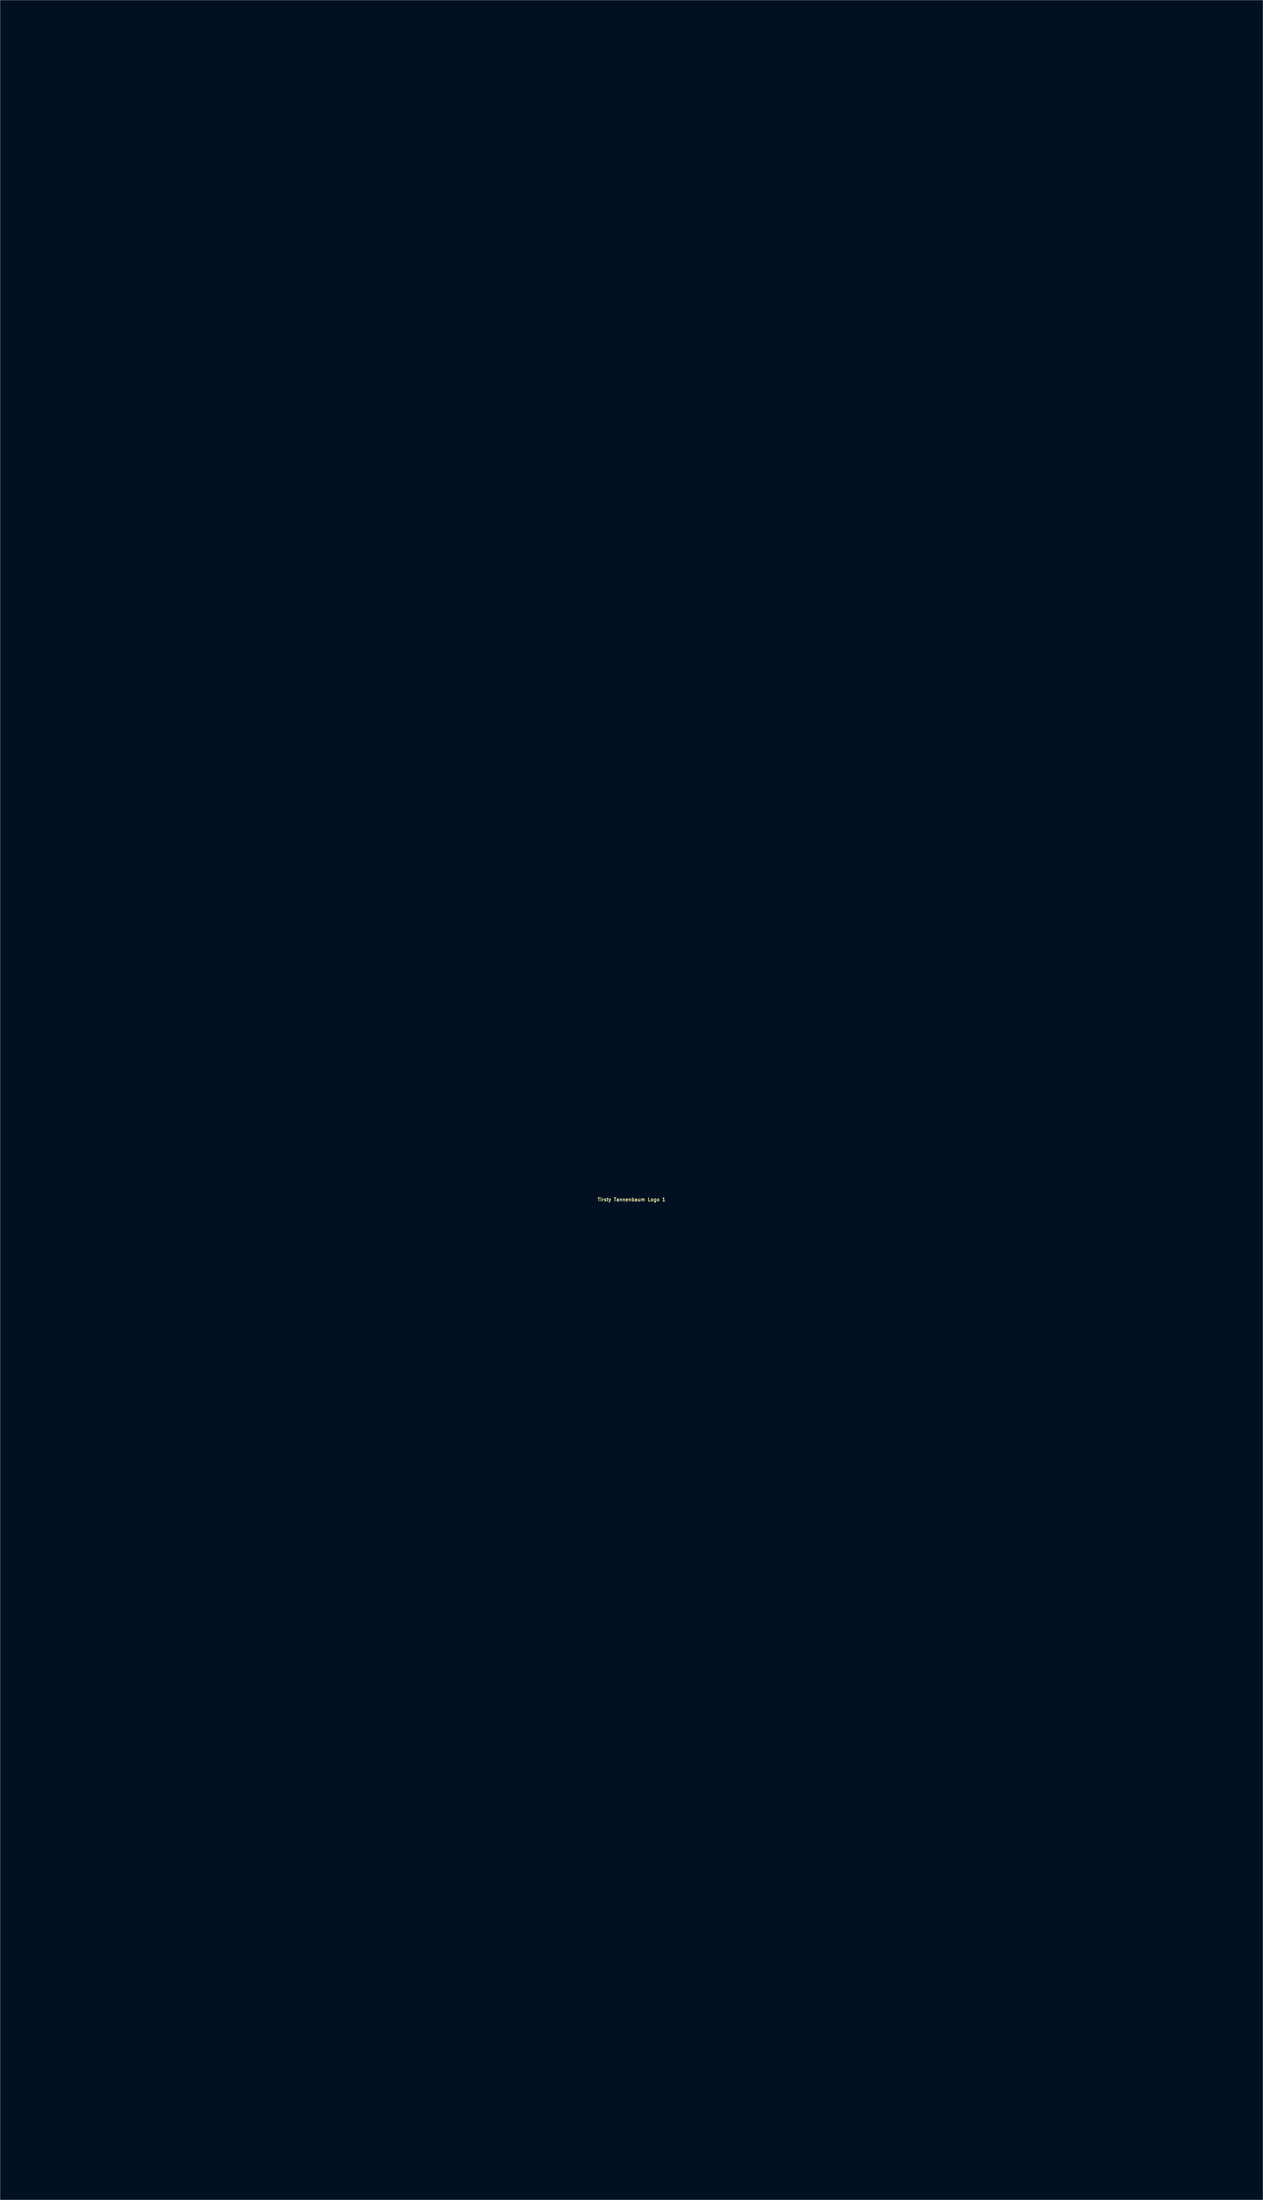
<source format=kicad_pcb>
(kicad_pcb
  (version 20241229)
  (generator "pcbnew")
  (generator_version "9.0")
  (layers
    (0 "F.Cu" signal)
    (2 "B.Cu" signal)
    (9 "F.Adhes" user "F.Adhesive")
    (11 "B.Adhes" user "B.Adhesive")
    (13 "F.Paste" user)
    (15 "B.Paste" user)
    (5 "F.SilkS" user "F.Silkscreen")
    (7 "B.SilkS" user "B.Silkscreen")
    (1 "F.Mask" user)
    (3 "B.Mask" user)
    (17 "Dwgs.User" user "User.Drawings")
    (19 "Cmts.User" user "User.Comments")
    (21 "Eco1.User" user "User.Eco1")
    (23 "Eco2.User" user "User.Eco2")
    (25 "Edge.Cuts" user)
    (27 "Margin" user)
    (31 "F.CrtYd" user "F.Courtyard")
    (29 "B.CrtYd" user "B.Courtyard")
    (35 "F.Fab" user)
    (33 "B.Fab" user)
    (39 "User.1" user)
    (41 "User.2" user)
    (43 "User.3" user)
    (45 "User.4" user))
  (footprint "Tirsty Tannenbaum Logo 1"
    (layer "F.Cu")
    (at 281.55 537.324)
    (property "Reference" "Tirsty Tannenbaum Logo 1" (at 0 0 0) (layer "F.SilkS") (effects (font (size 1.524 1.524) (thickness 0.3))))
    (attr through_hole)
    (fp_poly (pts (xy 15.558 441.312) (xy 17.354 441.649) (xy 20.227 442.253) (xy 22.46 442.828) (xy 23.618 443.261) (xy 23.664 443.298) (xy 23.53 444.099) (xy 22.419 445.261) (xy 20.778 446.45) (xy 19.058 447.333) (xy 17.859 447.595) (xy 16.164 447.374) (xy 13.672 446.897) (xy 12.367 446.607) (xy 9.627 445.79) (xy 8.373 444.879) (xy 8.505 443.711) (xy 9.749 442.281) (xy 10.775 441.408) (xy 11.791 440.98) (xy 13.238 440.961) (xy 15.558 441.312)) (stroke (width 0.01) (type solid)) (fill no) (layer "Eco2.User"))
    (fp_poly (pts (xy 6.027 418.976) (xy 5.996 419.031) (xy 6.494 419.522) (xy 8.425 420.109) (xy 11.636 420.76) (xy 15.979 421.443) (xy 19.844 421.951) (xy 23.406 422.576) (xy 25.459 423.447) (xy 26.072 424.649) (xy 25.315 426.272) (xy 24.245 427.47) (xy 22.293 429.075) (xy 21.017 429.283) (xy 20.478 428.542) (xy 19.583 428.036) (xy 17.36 427.424) (xy 14.061 426.755) (xy 9.936 426.074) (xy 5.237 425.427) (xy 1.059 424.948) (xy -1.852 424.513) (xy -3.243 423.886) (xy -3.181 422.936) (xy -1.731 421.531) (xy -0.954 420.941) (xy 0.668 420.009) (xy 2.613 419.227) (xy 4.444 418.714) (xy 5.728 418.591) (xy 6.027 418.976)) (stroke (width 0.01) (type solid)) (fill no) (layer "Eco2.User"))
    (fp_poly (pts (xy 8.984 338.718) (xy 9.072 339.622) (xy 9.167 341.938) (xy 9.265 345.492) (xy 9.363 350.106) (xy 9.458 355.608) (xy 9.544 361.82) (xy 9.62 368.568) (xy 9.635 370.082) (xy 9.922 400.836) (xy 17.462 400.919) (xy 20.991 401.012) (xy 24.105 401.19) (xy 26.33 401.422) (xy 26.942 401.543) (xy 28.88 402.084) (xy 26.553 404.242) (xy 23.921 405.955) (xy 21.836 406.262) (xy 20.3 406.189) (xy 17.476 406.07) (xy 13.66 405.917) (xy 9.151 405.742) (xy 4.366 405.561) (xy -0.938 405.398) (xy -6.227 405.295) (xy -11.087 405.258) (xy -15.107 405.289) (xy -17.462 405.367) (xy -24.209 405.734) (xy -21.16 402.815) (xy -18.111 399.896) (xy -6.873 400.166) (xy 4.366 400.435) (xy 3.746 341.579) (xy 6.183 339.844) (xy 7.829 338.875) (xy 8.873 338.635) (xy 8.984 338.718)) (stroke (width 0.01) (type solid)) (fill no) (layer "Eco2.User"))
    (fp_poly (pts (xy -20.103 302.426) (xy -20.17 302.917) (xy -20.002 303.684) (xy -18.565 303.99) (xy -17.821 304.006) (xy -15.922 304.172) (xy -12.921 304.621) (xy -9.263 305.281) (xy -6.138 305.917) (xy 0.055 307.179) (xy 5.91 308.214) (xy 11.968 309.106) (xy 18.771 309.939) (xy 23.019 310.401) (xy 27.532 310.884) (xy 30.65 311.277) (xy 32.558 311.662) (xy 33.437 312.12) (xy 33.473 312.732) (xy 32.849 313.58) (xy 32.073 314.402) (xy 30.479 315.844) (xy 29.238 316.588) (xy 29.022 316.617) (xy 27.977 316.499) (xy 25.646 316.232) (xy 22.323 315.85) (xy 18.299 315.385) (xy 15.854 315.103) (xy 10.201 314.432) (xy 5.612 313.834) (xy 1.574 313.224) (xy -2.428 312.518) (xy -6.909 311.63) (xy -12.383 310.477) (xy -12.7 310.409) (xy -16.468 309.685) (xy -20.12 309.126) (xy -23.066 308.816) (xy -23.964 308.781) (xy -26.807 308.531) (xy -28.143 307.795) (xy -27.98 306.556) (xy -26.327 304.8) (xy -26.253 304.737) (xy -24.225 303.316) (xy -22.288 302.386) (xy -20.796 302.054) (xy -20.103 302.426)) (stroke (width 0.01) (type solid)) (fill no) (layer "Eco2.User"))
    (fp_poly (pts (xy -71.438 -500.51) (xy -71.844 -499.721) (xy -72.939 -497.91) (xy -74.536 -495.38) (xy -75.754 -493.495) (xy -81.356 -484.394) (xy -85.814 -475.946) (xy -89.247 -467.842) (xy -91.77 -459.771) (xy -93.503 -451.423) (xy -94.409 -444.23) (xy -94.806 -432.967) (xy -93.776 -422.365) (xy -91.29 -412.335) (xy -87.319 -402.784) (xy -81.832 -393.622) (xy -75.475 -385.518) (xy -73.555 -383.252) (xy -72.131 -381.43) (xy -71.459 -380.385) (xy -71.438 -380.298) (xy -72.01 -379.28) (xy -73.342 -377.92) (xy -74.86 -376.734) (xy -75.973 -376.238) (xy -76.797 -376.819) (xy -78.359 -378.395) (xy -80.421 -380.708) (xy -82.272 -382.925) (xy -88.021 -390.566) (xy -92.48 -397.877) (xy -95.798 -405.203) (xy -98.121 -412.893) (xy -99.594 -421.293) (xy -99.972 -424.855) (xy -100.233 -436.616) (xy -98.923 -448.33) (xy -96.056 -459.916) (xy -91.647 -471.293) (xy -90.928 -472.822) (xy -88.428 -477.734) (xy -85.643 -482.713) (xy -82.744 -487.497) (xy -79.903 -491.821) (xy -77.291 -495.419) (xy -75.079 -498.028) (xy -73.903 -499.094) (xy -72.345 -500.148) (xy -71.492 -500.553) (xy -71.438 -500.51)) (stroke (width 0.01) (type solid)) (fill no) (layer "Eco2.User"))
    (fp_poly (pts (xy 89.619 -62.12) (xy 92.462 -60.722) (xy 95.982 -57.755) (xy 98.326 -54.12) (xy 99.408 -50.114) (xy 99.143 -46.035) (xy 97.692 -42.563) (xy 95.603 -39.941) (xy 92.626 -37.123) (xy 89.309 -34.586) (xy 86.916 -33.152) (xy 83.395 -31.919) (xy 79.452 -31.382) (xy 75.925 -31.652) (xy 75.803 -31.681) (xy 71.073 -33.524) (xy 67.388 -36.316) (xy 64.882 -39.875) (xy 63.692 -44.013) (xy 63.856 -48.084) (xy 64.911 -50.658) (xy 65.139 -50.984) (xy 69.271 -50.984) (xy 69.342 -47.485) (xy 70.56 -43.867) (xy 70.855 -43.319) (xy 73.506 -40.174) (xy 77.167 -37.92) (xy 81.46 -36.678) (xy 86.005 -36.57) (xy 89.466 -37.346) (xy 91.866 -38.942) (xy 93.257 -41.725) (xy 93.662 -45.321) (xy 92.951 -49.48) (xy 90.952 -52.958) (xy 87.864 -55.622) (xy 83.891 -57.34) (xy 79.231 -57.979) (xy 75.016 -57.601) (xy 72.2 -56.357) (xy 70.254 -54.046) (xy 69.271 -50.984) (xy 65.139 -50.984) (xy 67.016 -53.654) (xy 69.845 -56.707) (xy 73.072 -59.45) (xy 75.294 -60.931) (xy 79.905 -62.757) (xy 84.807 -63.152) (xy 89.619 -62.12)) (stroke (width 0.01) (type solid)) (fill no) (layer "Eco2.User"))
    (fp_poly (pts (xy -33.182 -146.922) (xy -29.654 -144.81) (xy -28.109 -143.402) (xy -25.183 -139.449) (xy -23.662 -135.034) (xy -23.519 -130.383) (xy -24.727 -125.719) (xy -27.26 -121.267) (xy -31.09 -117.252) (xy -31.245 -117.124) (xy -35.34 -114.297) (xy -39.071 -112.91) (xy -42.642 -112.923) (xy -46.05 -114.182) (xy -49.301 -116.747) (xy -51.803 -120.371) (xy -53.357 -124.626) (xy -53.765 -129.083) (xy -53.612 -130.539) (xy -53.547 -130.74) (xy -48.042 -130.74) (xy -47.113 -126.384) (xy -45.056 -122.572) (xy -42.028 -119.647) (xy -40.124 -118.591) (xy -36.932 -117.626) (xy -34.323 -117.917) (xy -32.024 -119.364) (xy -30.825 -120.581) (xy -30.113 -121.984) (xy -29.722 -124.062) (xy -29.516 -126.775) (xy -29.444 -130.181) (xy -29.754 -132.674) (xy -30.55 -134.904) (xy -30.906 -135.633) (xy -33.455 -139.1) (xy -36.827 -141.289) (xy -40.832 -142.078) (xy -40.954 -142.078) (xy -43.659 -141.722) (xy -45.552 -140.48) (xy -46.882 -138.101) (xy -47.689 -135.298) (xy -48.042 -130.74) (xy -53.547 -130.74) (xy -52.084 -135.286) (xy -49.184 -139.714) (xy -45.125 -143.567) (xy -40.344 -146.483) (xy -36.722 -147.474) (xy -33.182 -146.922)) (stroke (width 0.01) (type solid)) (fill no) (layer "Eco2.User"))
    (fp_poly (pts (xy 50.616 165.808) (xy 54.759 167.707) (xy 58.02 170.628) (xy 60.172 174.383) (xy 60.93 177.702) (xy 60.861 181.16) (xy 59.818 184.276) (xy 57.627 187.425) (xy 55.354 189.817) (xy 51.143 193.178) (xy 46.674 195.463) (xy 42.247 196.568) (xy 38.164 196.386) (xy 37.301 196.149) (xy 32.489 193.972) (xy 29.002 191.022) (xy 26.888 187.356) (xy 26.194 183.133) (xy 26.453 179.955) (xy 27.198 177.772) (xy 31.837 177.772) (xy 31.926 179.916) (xy 32.965 184.178) (xy 35.246 187.499) (xy 38.688 189.814) (xy 43.209 191.058) (xy 46.192 191.263) (xy 49.195 191.124) (xy 51.244 190.547) (xy 52.818 189.482) (xy 54.451 187.433) (xy 55.267 184.56) (xy 55.338 184.003) (xy 55.093 179.78) (xy 53.388 176.121) (xy 50.277 173.119) (xy 48.115 171.844) (xy 43.73 170.226) (xy 39.7 170.015) (xy 36.154 170.986) (xy 33.685 172.491) (xy 32.293 174.653) (xy 31.837 177.772) (xy 27.198 177.772) (xy 27.379 177.242) (xy 29.191 174.576) (xy 32.109 171.539) (xy 32.491 171.179) (xy 36.309 168.027) (xy 39.85 166.107) (xy 43.536 165.227) (xy 45.814 165.117) (xy 50.616 165.808)) (stroke (width 0.01) (type solid)) (fill no) (layer "Eco2.User"))
    (fp_poly (pts (xy -56.347 -4.337) (xy -52.081 -2.467) (xy -48.685 0.319) (xy -48.141 0.985) (xy -45.683 5.293) (xy -44.811 9.619) (xy -45.526 13.958) (xy -47.827 18.307) (xy -50.158 21.12) (xy -54.828 25.187) (xy -59.807 27.933) (xy -64.906 29.302) (xy -69.935 29.239) (xy -73.819 28.103) (xy -78.011 25.537) (xy -81.161 22.063) (xy -83.126 17.956) (xy -83.761 13.491) (xy -83.336 10.477) (xy -77.971 10.477) (xy -77.24 14.77) (xy -75.194 18.481) (xy -72.056 21.433) (xy -68.045 23.448) (xy -63.383 24.347) (xy -60.799 24.316) (xy -57.189 23.731) (xy -54.501 22.699) (xy -54.065 22.412) (xy -52.05 20.015) (xy -50.822 16.707) (xy -50.529 13.032) (xy -50.889 10.783) (xy -52.653 7.026) (xy -55.598 3.722) (xy -59.319 1.24) (xy -62.558 0.101) (xy -67.592 -0.436) (xy -71.722 0.247) (xy -74.871 2.097) (xy -76.962 5.064) (xy -77.917 9.094) (xy -77.971 10.477) (xy -83.336 10.477) (xy -83.28 10.082) (xy -82.073 7.548) (xy -79.867 4.567) (xy -77.02 1.515) (xy -73.892 -1.231) (xy -70.84 -3.295) (xy -70.247 -3.605) (xy -65.841 -4.992) (xy -61.071 -5.207) (xy -56.347 -4.337)) (stroke (width 0.01) (type solid)) (fill no) (layer "Eco2.User"))
    (fp_poly (pts (xy 72.501 -500.367) (xy 74.033 -499.045) (xy 76.063 -496.712) (xy 78.456 -493.558) (xy 81.082 -489.775) (xy 83.807 -485.553) (xy 86.499 -481.083) (xy 89.026 -476.557) (xy 91.255 -472.164) (xy 91.266 -472.142) (xy 94.45 -464.92) (xy 96.77 -458.232) (xy 98.352 -451.548) (xy 99.324 -444.338) (xy 99.79 -436.747) (xy 99.801 -426.789) (xy 99.003 -417.938) (xy 97.294 -409.882) (xy 94.569 -402.305) (xy 90.728 -394.894) (xy 85.667 -387.335) (xy 82.153 -382.786) (xy 79.894 -380.088) (xy 77.919 -377.93) (xy 76.478 -376.573) (xy 75.897 -376.238) (xy 74.647 -376.739) (xy 73.175 -377.856) (xy 71.685 -379.783) (xy 71.718 -381.465) (xy 72.766 -382.689) (xy 74.403 -384.328) (xy 76.623 -386.946) (xy 79.155 -390.184) (xy 81.727 -393.682) (xy 84.069 -397.081) (xy 85.91 -400.022) (xy 86.135 -400.418) (xy 89.788 -408.007) (xy 92.357 -415.897) (xy 93.919 -424.416) (xy 94.553 -433.894) (xy 94.575 -435.809) (xy 94.071 -446.444) (xy 92.429 -456.636) (xy 89.577 -466.607) (xy 85.442 -476.578) (xy 79.952 -486.771) (xy 75.666 -493.556) (xy 73.849 -496.363) (xy 72.466 -498.646) (xy 71.691 -500.111) (xy 71.598 -500.487) (xy 72.501 -500.367)) (stroke (width 0.01) (type solid)) (fill no) (layer "Eco2.User"))
    (fp_poly (pts (xy -112.069 127.15) (xy -108.66 127.744) (xy -107.714 128.072) (xy -105.597 129.348) (xy -103.328 131.28) (xy -102.58 132.069) (xy -100.877 134.358) (xy -100.136 136.56) (xy -100.013 138.571) (xy -100.146 140.686) (xy -100.721 142.382) (xy -101.998 144.197) (xy -103.663 146.052) (xy -108.4 150.166) (xy -113.476 152.794) (xy -118.794 153.905) (xy -124.255 153.47) (xy -126.132 152.962) (xy -129.598 151.19) (xy -132.316 148.517) (xy -134.086 145.29) (xy -134.712 141.857) (xy -134.13 138.872) (xy -132.779 136.75) (xy -132.708 136.671) (xy -128.99 136.671) (xy -128.935 140.202) (xy -127.547 143.334) (xy -125.059 145.925) (xy -121.704 147.827) (xy -117.716 148.897) (xy -113.328 148.989) (xy -110.142 148.392) (xy -107.502 147.183) (xy -106.047 145.19) (xy -105.571 142.12) (xy -105.569 141.844) (xy -106.299 138.705) (xy -108.295 135.995) (xy -111.261 133.845) (xy -114.904 132.384) (xy -118.929 131.744) (xy -123.043 132.053) (xy -125.788 132.893) (xy -127.842 134.138) (xy -128.834 135.978) (xy -128.99 136.671) (xy -132.708 136.671) (xy -130.487 134.214) (xy -127.68 131.658) (xy -124.782 129.477) (xy -122.744 128.296) (xy -119.794 127.436) (xy -116.008 127.051) (xy -112.069 127.15)) (stroke (width 0.01) (type solid)) (fill no) (layer "Eco2.User"))
    (fp_poly (pts (xy -10.148 326.576) (xy -5.561 326.833) (xy -0.225 327.228) (xy 5.585 327.733) (xy 11.593 328.322) (xy 17.526 328.968) (xy 23.109 329.644) (xy 28.067 330.323) (xy 32.126 330.977) (xy 35.01 331.579) (xy 35.163 331.619) (xy 37.381 332.212) (xy 32.549 336.842) (xy 25.204 335.534) (xy 20.216 334.651) (xy 16.543 334.036) (xy 13.938 333.684) (xy 12.152 333.587) (xy 10.939 333.739) (xy 10.051 334.132) (xy 9.239 334.76) (xy 8.873 335.081) (xy 7.541 336.238) (xy 7.294 336.351) (xy 8.035 335.434) (xy 8.265 335.161) (xy 9.065 333.922) (xy 8.933 333.376) (xy 8.901 333.375) (xy 7.702 333.958) (xy 7.543 334.164) (xy 6.505 335.125) (xy 5.314 335.867) (xy 4.128 336.445) (xy 4.15 336.159) (xy 4.995 335.176) (xy 5.919 333.969) (xy 5.742 333.362) (xy 5.149 333.084) (xy 3.961 332.892) (xy 1.478 332.669) (xy -2.007 332.436) (xy -6.201 332.214) (xy -9.498 332.071) (xy -14.585 331.844) (xy -18.257 331.612) (xy -20.685 331.352) (xy -22.043 331.046) (xy -22.502 330.671) (xy -22.484 330.523) (xy -21.307 329.098) (xy -19.211 327.716) (xy -16.824 326.757) (xy -15.979 326.584) (xy -13.712 326.484) (xy -10.148 326.576)) (stroke (width 0.01) (type solid)) (fill no) (layer "Eco2.User"))
    (fp_poly (pts (xy 48.477 -246.92) (xy 51.689 -244.929) (xy 54.244 -241.979) (xy 54.399 -241.722) (xy 55.747 -238.318) (xy 56.362 -234.339) (xy 56.208 -230.423) (xy 55.247 -227.206) (xy 55.229 -227.172) (xy 53.425 -224.617) (xy 50.751 -221.817) (xy 47.738 -219.259) (xy 44.915 -217.426) (xy 44.277 -217.128) (xy 42.189 -216.298) (xy 40.761 -216.026) (xy 39.316 -216.336) (xy 37.176 -217.256) (xy 36.834 -217.411) (xy 33.469 -219.739) (xy 31.125 -223.009) (xy 29.844 -226.914) (xy 29.671 -231.145) (xy 30.151 -233.226) (xy 35.193 -233.226) (xy 35.893 -229.388) (xy 37.536 -225.996) (xy 39.938 -223.355) (xy 42.914 -221.772) (xy 45.067 -221.456) (xy 47.683 -221.81) (xy 49.281 -222.73) (xy 49.891 -224.177) (xy 50.385 -226.62) (xy 50.612 -228.881) (xy 50.32 -233.544) (xy 48.966 -237.381) (xy 46.675 -240.217) (xy 43.573 -241.88) (xy 40.9 -242.253) (xy 38.74 -242.122) (xy 37.391 -241.498) (xy 36.488 -240.032) (xy 35.665 -237.375) (xy 35.619 -237.202) (xy 35.193 -233.226) (xy 30.151 -233.226) (xy 30.651 -235.391) (xy 32.826 -239.345) (xy 33.569 -240.259) (xy 36.127 -242.754) (xy 39.08 -244.991) (xy 41.993 -246.694) (xy 44.433 -247.583) (xy 45.081 -247.65) (xy 48.477 -246.92)) (stroke (width 0.01) (type solid)) (fill no) (layer "Eco2.User"))
    (fp_poly (pts (xy 45.96 -472.463) (xy 47.503 -471.47) (xy 49.499 -469.831) (xy 51.979 -467.421) (xy 54.046 -464.81) (xy 55.882 -461.681) (xy 57.668 -457.714) (xy 59.585 -452.591) (xy 60.053 -451.247) (xy 61.409 -447.165) (xy 62.287 -444) (xy 62.79 -441.191) (xy 63.019 -438.175) (xy 63.076 -434.578) (xy 62.907 -428.861) (xy 62.277 -424.276) (xy 61.038 -420.397) (xy 59.04 -416.8) (xy 56.136 -413.059) (xy 55.175 -411.967) (xy 52.957 -409.387) (xy 51.215 -407.159) (xy 50.185 -405.594) (xy 50.006 -405.111) (xy 49.65 -404.122) (xy 48.553 -404.464) (xy 46.675 -406.149) (xy 46.583 -406.245) (xy 45.206 -407.885) (xy 44.482 -409.141) (xy 44.45 -409.321) (xy 44.951 -410.245) (xy 46.296 -412.032) (xy 48.251 -414.382) (xy 49.56 -415.87) (xy 52.758 -419.716) (xy 54.994 -423.225) (xy 56.424 -426.834) (xy 57.206 -430.982) (xy 57.493 -436.104) (xy 57.507 -438.15) (xy 57.451 -442.004) (xy 57.236 -445.025) (xy 56.759 -447.775) (xy 55.921 -450.817) (xy 54.62 -454.715) (xy 54.445 -455.216) (xy 52.918 -459.559) (xy 51.755 -462.698) (xy 50.812 -464.934) (xy 49.94 -466.566) (xy 48.996 -467.893) (xy 47.832 -469.215) (xy 47.386 -469.69) (xy 45.785 -471.565) (xy 45.348 -472.492) (xy 45.96 -472.463)) (stroke (width 0.01) (type solid)) (fill no) (layer "Eco2.User"))
    (fp_poly (pts (xy 110.102 76.529) (xy 113.333 77.433) (xy 117.35 79.768) (xy 120.395 82.868) (xy 122.338 86.463) (xy 123.045 90.28) (xy 122.387 94.048) (xy 121.91 95.116) (xy 120.284 97.409) (xy 117.735 100.097) (xy 114.709 102.779) (xy 111.656 105.055) (xy 109.325 106.39) (xy 105.812 107.426) (xy 101.565 107.873) (xy 97.26 107.721) (xy 93.576 106.956) (xy 92.869 106.685) (xy 88.753 104.205) (xy 85.709 100.93) (xy 83.866 97.116) (xy 83.353 93.019) (xy 84.018 89.84) (xy 88.9 89.84) (xy 89.625 93.877) (xy 91.648 97.349) (xy 94.739 100.127) (xy 98.67 102.082) (xy 103.212 103.086) (xy 108.136 103.01) (xy 111.204 102.385) (xy 114.315 100.973) (xy 116.254 98.672) (xy 117.2 95.253) (xy 117.265 94.663) (xy 117.298 91.797) (xy 116.616 89.553) (xy 115.759 88.106) (xy 113.242 85.475) (xy 109.71 83.215) (xy 105.735 81.617) (xy 101.887 80.969) (xy 101.656 80.967) (xy 96.603 81.437) (xy 92.792 82.82) (xy 90.255 85.095) (xy 89.022 88.24) (xy 88.9 89.84) (xy 84.018 89.84) (xy 84.124 89.332) (xy 85.478 87.108) (xy 87.823 84.487) (xy 90.762 81.834) (xy 93.894 79.516) (xy 96.441 78.066) (xy 100.674 76.723) (xy 105.448 76.203) (xy 110.102 76.529)) (stroke (width 0.01) (type solid)) (fill no) (layer "Eco2.User"))
    (fp_poly (pts (xy -45.494 -471.974) (xy -46.715 -470.418) (xy -47.386 -469.69) (xy -48.648 -468.31) (xy -49.645 -467.022) (xy -50.523 -465.527) (xy -51.427 -463.525) (xy -52.505 -460.719) (xy -53.903 -456.809) (xy -54.462 -455.216) (xy -55.824 -451.203) (xy -56.712 -448.11) (xy -57.225 -445.377) (xy -57.466 -442.444) (xy -57.533 -438.751) (xy -57.535 -438.15) (xy -57.375 -432.615) (xy -56.772 -428.194) (xy -55.566 -424.438) (xy -53.596 -420.901) (xy -50.703 -417.132) (xy -49.573 -415.823) (xy -47.381 -413.249) (xy -45.657 -411.067) (xy -44.633 -409.578) (xy -44.45 -409.143) (xy -44.985 -408.111) (xy -46.262 -406.599) (xy -47.79 -405.109) (xy -49.077 -404.146) (xy -49.454 -404.019) (xy -49.956 -404.658) (xy -50.006 -405.111) (xy -50.509 -406.143) (xy -51.861 -408.019) (xy -53.824 -410.425) (xy -55.116 -411.901) (xy -58.252 -415.657) (xy -60.463 -419.072) (xy -61.898 -422.568) (xy -62.705 -426.566) (xy -63.03 -431.489) (xy -63.058 -434.578) (xy -62.991 -438.779) (xy -62.762 -441.967) (xy -62.28 -444.713) (xy -61.454 -447.59) (xy -60.597 -450.056) (xy -58.669 -455.285) (xy -57.065 -459.282) (xy -55.632 -462.327) (xy -54.216 -464.703) (xy -52.666 -466.691) (xy -50.826 -468.572) (xy -50.199 -469.155) (xy -47.845 -471.167) (xy -46.189 -472.324) (xy -45.362 -472.601) (xy -45.494 -471.974)) (stroke (width 0.01) (type solid)) (fill no) (layer "Eco2.User"))
    (fp_poly (pts (xy -103.545 -537.197) (xy -103.769 -536.394) (xy -104.671 -534.452) (xy -106.133 -531.603) (xy -108.037 -528.081) (xy -109.788 -524.952) (xy -113.436 -518.466) (xy -116.394 -513.049) (xy -118.803 -508.417) (xy -120.803 -504.286) (xy -122.535 -500.372) (xy -124.139 -496.392) (xy -124.895 -494.399) (xy -129.186 -481.162) (xy -132.295 -467.509) (xy -134.261 -453.206) (xy -135.124 -438.018) (xy -135.174 -433.387) (xy -134.894 -421.854) (xy -133.961 -411.532) (xy -132.274 -402.151) (xy -129.731 -393.439) (xy -126.232 -385.123) (xy -121.675 -376.933) (xy -115.957 -368.597) (xy -108.98 -359.843) (xy -106.784 -357.278) (xy -103.971 -354.022) (xy -101.366 -350.99) (xy -99.234 -348.488) (xy -97.835 -346.821) (xy -97.683 -346.636) (xy -95.751 -344.26) (xy -97.926 -342.39) (xy -99.534 -341.149) (xy -100.657 -340.533) (xy -100.755 -340.519) (xy -101.489 -341.086) (xy -103.044 -342.639) (xy -105.211 -344.96) (xy -107.78 -347.828) (xy -108.505 -348.655) (xy -114.941 -356.221) (xy -120.304 -362.96) (xy -124.731 -369.075) (xy -128.358 -374.768) (xy -131.321 -380.242) (xy -133.756 -385.698) (xy -134.187 -386.793) (xy -137.287 -396.668) (xy -139.439 -407.569) (xy -140.66 -419.264) (xy -140.971 -431.522) (xy -140.389 -444.108) (xy -138.932 -456.792) (xy -136.619 -469.339) (xy -133.47 -481.519) (xy -129.501 -493.098) (xy -124.902 -503.505) (xy -121.369 -510.411) (xy -117.938 -516.798) (xy -114.686 -522.543) (xy -111.693 -527.522) (xy -109.035 -531.612) (xy -106.791 -534.69) (xy -105.039 -536.633) (xy -103.857 -537.319) (xy -103.545 -537.197)) (stroke (width 0.01) (type solid)) (fill no) (layer "Eco2.User"))
    (fp_poly (pts (xy 104.453 -537.095) (xy 105.932 -535.721) (xy 107.887 -533.246) (xy 110.221 -529.838) (xy 112.836 -525.666) (xy 115.636 -520.9) (xy 118.524 -515.707) (xy 121.403 -510.258) (xy 124.175 -504.721) (xy 126.744 -499.264) (xy 129.013 -494.058) (xy 130.563 -490.141) (xy 134.871 -476.769) (xy 137.973 -462.837) (xy 139.897 -448.164) (xy 140.676 -432.569) (xy 140.696 -429.816) (xy 140.463 -418.977) (xy 139.663 -409.202) (xy 138.203 -400.255) (xy 135.991 -391.901) (xy 132.934 -383.904) (xy 128.938 -376.03) (xy 123.911 -368.044) (xy 117.76 -359.71) (xy 110.392 -350.793) (xy 108.678 -348.82) (xy 106.007 -345.816) (xy 103.69 -343.296) (xy 101.932 -341.477) (xy 100.94 -340.577) (xy 100.818 -340.519) (xy 99.846 -340.966) (xy 98.278 -342.053) (xy 98.135 -342.164) (xy 96.713 -343.427) (xy 96.052 -344.301) (xy 96.046 -344.347) (xy 96.542 -345.105) (xy 97.905 -346.826) (xy 99.949 -349.284) (xy 102.488 -352.255) (xy 103.636 -353.575) (xy 110.738 -361.978) (xy 116.683 -369.663) (xy 121.581 -376.868) (xy 125.541 -383.829) (xy 128.675 -390.785) (xy 131.091 -397.973) (xy 132.902 -405.631) (xy 134.216 -413.995) (xy 134.96 -421.084) (xy 135.429 -432.138) (xy 135.04 -443.99) (xy 133.854 -456.225) (xy 131.93 -468.426) (xy 129.327 -480.177) (xy 126.104 -491.06) (xy 124.238 -496.152) (xy 121.285 -502.985) (xy 117.355 -511.011) (xy 112.468 -520.186) (xy 107.78 -528.508) (xy 105.988 -531.729) (xy 104.592 -534.44) (xy 103.732 -536.358) (xy 103.545 -537.197) (xy 103.546 -537.198) (xy 104.453 -537.095)) (stroke (width 0.01) (type solid)) (fill no) (layer "Eco2.User"))
    (fp_poly (pts (xy 29.326 -450.765) (xy 30.281 -450.58) (xy 30.554 -450.22) (xy 30.371 -449.658) (xy 30.204 -449.34) (xy 29.226 -448.045) (xy 28.547 -447.675) (xy 27.804 -447.07) (xy 27.781 -446.879) (xy 27.379 -445.98) (xy 26.262 -443.954) (xy 24.561 -441.017) (xy 22.409 -437.387) (xy 19.937 -433.277) (xy 17.278 -428.906) (xy 14.565 -424.487) (xy 11.928 -420.238) (xy 9.501 -416.374) (xy 7.415 -413.112) (xy 5.803 -410.666) (xy 4.796 -409.253) (xy 4.658 -409.091) (xy 4.096 -408.463) (xy 3.657 -407.81) (xy 3.332 -406.951) (xy 3.112 -405.703) (xy 2.99 -403.887) (xy 2.956 -401.32) (xy 3.002 -397.822) (xy 3.121 -393.209) (xy 3.302 -387.303) (xy 3.441 -382.984) (xy 4.103 -362.347) (xy 8.516 -353.616) (xy 10.483 -349.81) (xy 12.978 -345.109) (xy 15.742 -339.996) (xy 18.514 -334.953) (xy 19.839 -332.581) (xy 22.192 -328.312) (xy 25.052 -322.998) (xy 28.221 -317.014) (xy 31.499 -310.737) (xy 34.69 -304.544) (xy 36.498 -300.986) (xy 43.381 -287.821) (xy 50.285 -275.585) (xy 57.396 -264.014) (xy 64.9 -252.842) (xy 72.982 -241.806) (xy 81.826 -230.639) (xy 91.62 -219.077) (xy 101.639 -207.849) (xy 108.486 -200.299) (xy 114.265 -193.847) (xy 119.013 -188.449) (xy 122.764 -184.064) (xy 125.557 -180.648) (xy 127.426 -178.159) (xy 128.408 -176.553) (xy 128.588 -175.959) (xy 127.942 -174.735) (xy 126.374 -173.523) (xy 126.246 -173.455) (xy 123.947 -172.778) (xy 120.333 -172.35) (xy 115.653 -172.158) (xy 110.158 -172.19) (xy 104.098 -172.433) (xy 97.722 -172.876) (xy 91.282 -173.506) (xy 85.027 -174.31) (xy 79.207 -175.276) (xy 75.997 -175.936) (xy 71.951 -176.794) (xy 69.186 -177.227) (xy 67.452 -177.225) (xy 66.498 -176.78) (xy 66.073 -175.881) (xy 66.017 -175.559) (xy 66.22 -173.964) (xy 67.034 -171.149) (xy 68.376 -167.323) (xy 70.162 -162.695) (xy 72.31 -157.473) (xy 74.737 -151.867) (xy 77.359 -146.083) (xy 79.822 -140.891) (xy 83.15 -134.352) (xy 87.303 -126.718) (xy 92.17 -118.176) (xy 97.638 -108.911) (xy 103.593 -99.109) (xy 109.923 -88.956) (xy 116.515 -78.637) (xy 123.257 -68.338) (xy 129.7 -58.737) (xy 137.525 -47.323) (xy 144.693 -37.084) (xy 151.355 -27.831) (xy 157.663 -19.372) (xy 163.767 -11.517) (xy 169.819 -4.076) (xy 175.969 3.143) (xy 182.37 10.33) (xy 189.171 17.676) (xy 195.473 24.285) (xy 199.187 28.218) (xy 201.749 31.245) (xy 203.099 33.48) (xy 203.175 35.037) (xy 201.916 36.031) (xy 199.263 36.578) (xy 195.153 36.792) (xy 189.525 36.787) (xy 188.833 36.778) (xy 183.9 36.657) (xy 179.081 36.405) (xy 174.084 35.992) (xy 168.62 35.386) (xy 162.396 34.556) (xy 155.124 33.47) (xy 148.828 32.473) (xy 141.9 31.41) (xy 136.35 30.691) (xy 132.006 30.308) (xy 128.697 30.255) (xy 126.253 30.524) (xy 124.502 31.108) (xy 123.911 31.462) (xy 122.772 32.502) (xy 122.32 33.855) (xy 122.379 36.106) (xy 122.413 36.47) (xy 122.986 39.14) (xy 124.147 42.493) (xy 125.61 45.753) (xy 127.417 49.085) (xy 130.037 53.599) (xy 133.387 59.168) (xy 137.386 65.662) (xy 141.952 72.952) (xy 147.006 80.909) (xy 152.464 89.404) (xy 158.246 98.308) (xy 164.27 107.491) (xy 169.659 115.629) (xy 177.431 127.225) (xy 184.497 137.574) (xy 190.953 146.8) (xy 196.892 155.027) (xy 202.409 162.379) (xy 207.599 168.981) (xy 212.555 174.956) (xy 217.374 180.428) (xy 222.148 185.523) (xy 225.23 188.648) (xy 227.464 190.84) (xy 229.76 193.021) (xy 232.258 195.313) (xy 235.096 197.834) (xy 238.414 200.705) (xy 242.352 204.045) (xy 247.047 207.975) (xy 252.641 212.614) (xy 259.27 218.082) (xy 262.376 220.637) (xy 267.893 225.26) (xy 272.601 229.384) (xy 276.411 232.921) (xy 279.232 235.785) (xy 280.975 237.887) (xy 281.549 239.139) (xy 281.529 239.247) (xy 280.586 239.724) (xy 278.377 239.925) (xy 276.545 239.896) (xy 274.531 239.8) (xy 271.185 239.637) (xy 266.763 239.419) (xy 261.516 239.159) (xy 255.701 238.87) (xy 249.571 238.563) (xy 248.841 238.526) (xy 235.372 237.866) (xy 223.257 237.31) (xy 212.264 236.852) (xy 202.163 236.488) (xy 192.724 236.211) (xy 183.716 236.016) (xy 174.909 235.898) (xy 166.071 235.851) (xy 156.973 235.87) (xy 147.384 235.948) (xy 142.875 236.001) (xy 134.724 236.12) (xy 126.455 236.267) (xy 118.332 236.436) (xy 110.622 236.62) (xy 103.587 236.813) (xy 97.492 237.009) (xy 92.603 237.2) (xy 90.884 237.282) (xy 78.48 237.806) (xy 65.038 238.161) (xy 51.099 238.342) (xy 37.206 238.342) (xy 23.9 238.154) (xy 22.653 238.125) (xy 6.015 237.728) (xy 6.252 268.684) (xy 6.489 299.641) (xy 4.633 301.308) (xy 3.622 302.224) (xy 2.805 302.873) (xy 2.161 303.12) (xy 1.667 302.829) (xy 1.303 301.866) (xy 1.045 300.094) (xy 0.872 297.378) (xy 0.763 293.583) (xy 0.694 288.573) (xy 0.644 282.213) (xy 0.606 276.47) (xy 0.561 269.688) (xy 0.519 263.142) (xy 0.482 257.07) (xy 0.451 251.71) (xy 0.427 247.299) (xy 0.412 244.076) (xy 0.408 242.679) (xy 0.341 239.486) (xy 0.127 237.642) (xy -0.278 236.913) (xy -0.651 236.921) (xy -1.684 237.049) (xy -4.098 237.216) (xy -7.685 237.412) (xy -12.239 237.625) (xy -17.552 237.847) (xy -23.42 238.067) (xy -25.257 238.131) (xy -32.756 238.366) (xy -39.597 238.522) (xy -46.068 238.598) (xy -52.458 238.588) (xy -59.053 238.489) (xy -66.143 238.296) (xy -74.015 238.007) (xy -82.958 237.617) (xy -90.884 237.239) (xy -95.152 237.061) (xy -100.743 236.875) (xy -107.392 236.688) (xy -114.835 236.505) (xy -122.807 236.334) (xy -131.043 236.18) (xy -139.28 236.05) (xy -142.875 236.001) (xy -152.759 235.898) (xy -162.048 235.851) (xy -170.974 235.869) (xy -179.766 235.954) (xy -188.656 236.114) (xy -197.874 236.354) (xy -207.65 236.678) (xy -218.215 237.093) (xy -229.8 237.605) (xy -242.635 238.218) (xy -248.841 238.526) (xy -254.991 238.834) (xy -260.857 239.126) (xy -266.183 239.391) (xy -270.716 239.614) (xy -274.201 239.784) (xy -276.386 239.888) (xy -276.545 239.896) (xy -279.542 239.876) (xy -281.239 239.506) (xy -281.545 239.2) (xy -281.137 238.071) (xy -279.473 236.03) (xy -278.844 235.395) (xy -275.921 235.395) (xy -275.596 235.449) (xy -274.538 235.229) (xy -272.229 234.985) (xy -269.003 234.746) (xy -265.196 234.541) (xy -265 234.533) (xy -260.839 234.344) (xy -255.6 234.098) (xy -249.791 233.818) (xy -243.919 233.529) (xy -240.109 233.338) (xy -218.609 232.336) (xy -198.477 231.583) (xy -179.516 231.077) (xy -161.525 230.816) (xy -144.307 230.797) (xy -127.663 231.02) (xy -111.393 231.481) (xy -101.6 231.877) (xy -94.95 232.133) (xy -87.099 232.364) (xy -78.43 232.564) (xy -69.33 232.725) (xy -60.183 232.839) (xy -51.375 232.901) (xy -45.244 232.908) (xy -37.605 232.895) (xy -29.914 232.884) (xy -22.442 232.873) (xy -15.46 232.864) (xy -9.238 232.857) (xy -4.048 232.853) (xy -0.16 232.851) (xy 0 232.851) (xy 3.813 232.853) (xy 8.943 232.857) (xy 15.118 232.864) (xy 22.068 232.872) (xy 29.521 232.883) (xy 37.207 232.895) (xy 44.855 232.908) (xy 45.244 232.908) (xy 53.547 232.891) (xy 62.476 232.815) (xy 71.648 232.688) (xy 80.675 232.517) (xy 89.174 232.309) (xy 96.759 232.071) (xy 101.6 231.878) (xy 117.837 231.271) (xy 134.343 230.903) (xy 151.314 230.779) (xy 168.948 230.898) (xy 187.445 231.264) (xy 207.002 231.878) (xy 227.817 232.743) (xy 240.109 233.338) (xy 245.73 233.619) (xy 251.637 233.908) (xy 257.323 234.18) (xy 262.279 234.41) (xy 265 234.533) (xy 268.816 234.731) (xy 272.058 234.957) (xy 274.393 235.184) (xy 275.491 235.385) (xy 275.508 235.394) (xy 275.878 235.199) (xy 275.734 234.595) (xy 275.527 234.218) (xy 275.088 233.682) (xy 274.32 232.902) (xy 273.125 231.794) (xy 271.405 230.272) (xy 269.061 228.255) (xy 265.997 225.655) (xy 262.113 222.391) (xy 257.311 218.376) (xy 251.495 213.528) (xy 244.565 207.761) (xy 243.681 207.026) (xy 232.74 197.521) (xy 222.373 187.648) (xy 212.422 177.221) (xy 202.726 166.054) (xy 193.126 153.961) (xy 183.462 140.755) (xy 173.573 126.251) (xy 171.1 122.481) (xy 164.797 112.806) (xy 159.583 117.72) (xy 155.715 121.199) (xy 151.877 124.26) (xy 147.874 126.992) (xy 143.513 129.486) (xy 138.601 131.834) (xy 132.946 134.127) (xy 126.353 136.455) (xy 118.629 138.908) (xy 109.582 141.579) (xy 107.685 142.122) (xy 102.902 143.527) (xy 96.928 145.348) (xy 90.071 147.487) (xy 82.642 149.845) (xy 74.951 152.325) (xy 67.307 154.828) (xy 61.516 156.755) (xy 49.441 160.764) (xy 38.593 164.278) (xy 28.716 167.367) (xy 19.552 170.101) (xy 10.845 172.55) (xy 2.339 174.785) (xy -6.222 176.876) (xy -15.095 178.894) (xy -24.537 180.909) (xy -32.147 182.46) (xy -55.885 186.735) (xy -78.828 189.88) (xy -100.899 191.889) (xy -122.02 192.754) (xy -137.319 192.644) (xy -145.786 192.304) (xy -153.547 191.774) (xy -161.079 191.002) (xy -168.855 189.93) (xy -177.351 188.506) (xy -183.919 187.282) (xy -188.974 186.337) (xy -194.228 185.4) (xy -199.154 184.563) (xy -203.223 183.917) (xy -204.28 183.762) (xy -207.62 183.261) (xy -210.323 182.803) (xy -212.036 182.451) (xy -212.449 182.309) (xy -212.119 181.645) (xy -210.884 180.383) (xy -210.23 179.81) (xy -209.188 179.003) (xy -208.117 178.435) (xy -206.801 178.114) (xy -205.028 178.049) (xy -202.584 178.25) (xy -199.253 178.724) (xy -194.824 179.481) (xy -189.08 180.528) (xy -188.119 180.706) (xy -179.169 182.349) (xy -171.53 183.711) (xy -164.954 184.816) (xy -159.194 185.692) (xy -154.004 186.364) (xy -149.136 186.858) (xy -144.344 187.2) (xy -139.38 187.417) (xy -133.998 187.534) (xy -127.951 187.578) (xy -123.031 187.579) (xy -101.732 187.04) (xy -80.184 185.474) (xy -58.269 182.86) (xy -35.868 179.176) (xy -12.866 174.4) (xy 10.857 168.512) (xy 35.418 161.488) (xy 59.134 153.911) (xy 66.95 151.322) (xy 75.269 148.613) (xy 83.75 145.891) (xy 92.049 143.265) (xy 99.826 140.844) (xy 106.736 138.736) (xy 111.709 137.261) (xy 121.641 134.286) (xy 130.134 131.55) (xy 137.308 129.003) (xy 143.285 126.593) (xy 148.184 124.267) (xy 152.129 121.974) (xy 155.238 119.661) (xy 157.208 117.76) (xy 158.346 116.419) (xy 158.404 115.984) (xy 157.651 116.173) (xy 156.362 116.593) (xy 153.881 117.364) (xy 150.541 118.385) (xy 146.67 119.553) (xy 145.745 119.831) (xy 137.513 122.234) (xy 129.949 124.28) (xy 122.891 125.968) (xy 116.176 127.296) (xy 109.64 128.265) (xy 103.122 128.872) (xy 96.458 129.117) (xy 89.485 128.999) (xy 82.042 128.517) (xy 73.964 127.67) (xy 65.089 126.456) (xy 55.255 124.875) (xy 44.298 122.926) (xy 32.056 120.608) (xy 24.212 119.076) (xy 16.916 117.647) (xy 8.553 116.023) (xy -0.385 114.299) (xy -9.404 112.569) (xy -18.012 110.928) (xy -25.4 109.53) (xy -40.361 106.663) (xy -53.845 103.963) (xy -65.952 101.402) (xy -76.779 98.946) (xy -86.427 96.566) (xy -94.994 94.231) (xy -102.577 91.91) (xy -109.277 89.572) (xy -115.191 87.186) (xy -120.419 84.722) (xy -125.059 82.148) (xy -129.209 79.434) (xy -132.969 76.549) (xy -134.144 75.552) (xy -135.952 73.979) (xy -124.99 73.979) (xy -123.019 75.577) (xy -120.443 77.307) (xy -116.71 79.34) (xy -112.18 81.513) (xy -107.212 83.658) (xy -102.164 85.609) (xy -98.822 86.757) (xy -92.762 88.629) (xy -86.221 90.482) (xy -79.056 92.35) (xy -71.124 94.265) (xy -62.285 96.258) (xy -52.395 98.363) (xy -41.313 100.612) (xy -28.897 103.037) (xy -19.844 104.76) (xy -11.988 106.25) (xy -3.095 107.949) (xy 6.317 109.758) (xy 15.727 111.575) (xy 24.617 113.301) (xy 32.045 114.753) (xy 42.503 116.785) (xy 51.595 118.498) (xy 59.507 119.916) (xy 66.422 121.067) (xy 72.526 121.974) (xy 78.002 122.664) (xy 83.035 123.162) (xy 87.809 123.493) (xy 92.51 123.684) (xy 97.321 123.758) (xy 97.354 123.758) (xy 104.014 123.715) (xy 109.59 123.492) (xy 114.576 123.057) (xy 119.469 122.375) (xy 120.373 122.224) (xy 124.552 121.429) (xy 129.336 120.381) (xy 134.5 119.144) (xy 139.82 117.781) (xy 145.071 116.356) (xy 150.03 114.933) (xy 154.473 113.574) (xy 158.174 112.345) (xy 160.909 111.308) (xy 162.455 110.527) (xy 162.719 110.211) (xy 162.293 109.378) (xy 161.108 107.456) (xy 159.306 104.662) (xy 157.026 101.214) (xy 154.489 97.446) (xy 151.204 92.536) (xy 147.515 86.896) (xy 143.562 80.752) (xy 139.486 74.328) (xy 135.427 67.851) (xy 131.524 61.546) (xy 127.919 55.638) (xy 124.752 50.353) (xy 122.162 45.917) (xy 120.291 42.553) (xy 120.13 42.248) (xy 117.984 37.522) (xy 116.798 33.423) (xy 116.609 30.143) (xy 117.289 28.099) (xy 118.897 26.69) (xy 121.551 25.81) (xy 125.344 25.455) (xy 130.369 25.623) (xy 136.719 26.311) (xy 143.561 27.359) (xy 154.645 29.114) (xy 164.453 30.418) (xy 173.221 31.295) (xy 181.187 31.771) (xy 185.787 31.876) (xy 190.915 31.884) (xy 194.53 31.722) (xy 196.707 31.254) (xy 197.518 30.344) (xy 197.039 28.855) (xy 195.343 26.652) (xy 192.505 23.598) (xy 191.087 22.128) (xy 183.705 14.307) (xy 175.998 5.785) (xy 168.267 -3.083) (xy 160.816 -11.945) (xy 153.946 -20.449) (xy 148.006 -28.178) (xy 142.724 -35.424) (xy 136.949 -43.613) (xy 130.804 -52.555) (xy 124.411 -62.058) (xy 117.892 -71.931) (xy 111.371 -81.981) (xy 104.969 -92.019) (xy 98.808 -101.853) (xy 93.012 -111.291) (xy 87.702 -120.142) (xy 83.001 -128.215) (xy 79.031 -135.318) (xy 76.912 -139.303) (xy 74.506 -144.11) (xy 72.016 -149.37) (xy 69.539 -154.85) (xy 67.17 -160.318) (xy 65.006 -165.542) (xy 63.143 -170.287) (xy 61.679 -174.321) (xy 60.708 -177.411) (xy 60.327 -179.324) (xy 60.325 -179.416) (xy 60.844 -181.309) (xy 62.453 -182.259) (xy 65.23 -182.285) (xy 68.893 -181.506) (xy 75.463 -180.027) (xy 83.351 -178.816) (xy 92.303 -177.903) (xy 102.067 -177.319) (xy 104.14 -177.243) (xy 110.402 -177.101) (xy 115.229 -177.151) (xy 118.762 -177.413) (xy 121.143 -177.907) (xy 122.516 -178.652) (xy 123.021 -179.667) (xy 123.031 -179.865) (xy 122.494 -180.949) (xy 120.93 -183.094) (xy 118.413 -186.214) (xy 115.014 -190.225) (xy 110.807 -195.041) (xy 105.863 -200.579) (xy 100.256 -206.752) (xy 98.052 -209.153) (xy 89.913 -218.146) (xy 82.462 -226.677) (xy 75.841 -234.578) (xy 70.191 -241.681) (xy 67.656 -245.044) (xy 65.108 -248.574) (xy 62.09 -252.877) (xy 58.777 -257.687) (xy 55.349 -262.741) (xy 51.982 -267.773) (xy 48.853 -272.517) (xy 46.142 -276.709) (xy 44.024 -280.085) (xy 42.864 -282.042) (xy 40.26 -286.668) (xy 37.887 -281.723) (xy 35.575 -277.906) (xy 32.214 -273.67) (xy 28.14 -269.371) (xy 23.689 -265.366) (xy 19.447 -262.178) (xy 9.612 -256.443) (xy -1.307 -251.668) (xy -13.083 -247.917) (xy -25.491 -245.256) (xy -38.302 -243.747) (xy -46.236 -243.422) (xy -51.103 -243.311) (xy -54.757 -243.113) (xy -57.077 -242.838) (xy -57.941 -242.496) (xy -57.944 -242.474) (xy -57.468 -241.21) (xy -56.165 -238.994) (xy -54.222 -236.096) (xy -51.825 -232.785) (xy -49.161 -229.33) (xy -47.029 -226.723) (xy -42.602 -221.92) (xy -36.983 -216.556) (xy -30.392 -210.799) (xy -23.048 -204.815) (xy -15.169 -198.774) (xy -6.975 -192.841) (xy 1.316 -187.186) (xy 9.485 -181.975) (xy 17.312 -177.377) (xy 17.706 -177.158) (xy 22.153 -174.782) (xy 27.316 -172.167) (xy 32.447 -169.686) (xy 35.566 -168.253) (xy 39.854 -166.314) (xy 44.975 -163.958) (xy 50.334 -161.46) (xy 55.336 -159.098) (xy 56.104 -158.731) (xy 59.965 -156.92) (xy 63.306 -155.418) (xy 65.873 -154.334) (xy 67.417 -153.775) (xy 67.747 -153.737) (xy 68.353 -153.438) (xy 69.055 -152.402) (xy 69.554 -150.78) (xy 68.828 -149.402) (xy 68.789 -149.357) (xy 67.843 -147.882) (xy 66.705 -145.533) (xy 66.025 -143.871) (xy 63.884 -138.978) (xy 61.28 -134.637) (xy 57.889 -130.374) (xy 54.254 -126.563) (xy 47.272 -120.46) (xy 38.774 -114.458) (xy 28.827 -108.592) (xy 17.502 -102.901) (xy 4.868 -97.422) (xy -9.005 -92.193) (xy -10.319 -91.733) (xy -25.282 -87.046) (xy -39.395 -83.685) (xy -52.679 -81.65) (xy -65.153 -80.937) (xy -76.838 -81.546) (xy -87.753 -83.475) (xy -94.005 -85.286) (xy -96.729 -86.164) (xy -98.792 -86.757) (xy -99.807 -86.957) (xy -99.847 -86.944) (xy -99.538 -86.21) (xy -98.249 -84.649) (xy -96.196 -82.474) (xy -93.596 -79.901) (xy -90.667 -77.145) (xy -87.624 -74.419) (xy -84.696 -71.948) (xy -75.25 -64.838) (xy -64.643 -57.841) (xy -53.297 -51.194) (xy -41.636 -45.138) (xy -30.08 -39.911) (xy -23.416 -37.287) (xy -12.647 -33.558) (xy -1.209 -30.056) (xy 10.696 -26.818) (xy 22.869 -23.877) (xy 35.11 -21.27) (xy 47.217 -19.031) (xy 58.99 -17.195) (xy 70.229 -15.799) (xy 80.733 -14.876) (xy 90.302 -14.462) (xy 98.736 -14.593) (xy 103.584 -14.995) (xy 109.667 -15.851) (xy 116.002 -16.997) (xy 122.305 -18.358) (xy 128.292 -19.862) (xy 133.68 -21.434) (xy 138.184 -23.001) (xy 141.52 -24.489) (xy 142.55 -25.103) (xy 144.214 -26.141) (xy 145.168 -26.56) (xy 145.256 -26.511) (xy 144.753 -25.348) (xy 143.403 -23.334) (xy 141.448 -20.777) (xy 139.129 -17.983) (xy 136.685 -15.26) (xy 135.316 -13.842) (xy 127.884 -7.21) (xy 119.264 -0.917) (xy 111.294 3.947) (xy 103.964 7.841) (xy 95.315 12.079) (xy 85.557 16.581) (xy 74.901 21.263) (xy 63.556 26.044) (xy 51.733 30.84) (xy 39.641 35.569) (xy 27.49 40.149) (xy 15.491 44.498) (xy 3.853 48.532) (xy -7.212 52.171) (xy -17.497 55.331) (xy -25.4 57.561) (xy -36.85 60.441) (xy -49.173 63.195) (xy -61.955 65.749) (xy -74.781 68.029) (xy -87.237 69.957) (xy -98.908 71.461) (xy -106.362 72.217) (xy -110.656 72.601) (xy -114.827 72.981) (xy -118.374 73.314) (xy -120.637 73.535) (xy -124.99 73.979) (xy -135.952 73.979) (xy -136.922 73.136) (xy -134.769 70.946) (xy -133.253 69.567) (xy -132.126 69.228) (xy -130.751 69.755) (xy -130.629 69.819) (xy -128.745 70.446) (xy -127.622 70.039) (xy -126.509 69.692) (xy -124.111 69.293) (xy -120.727 68.88) (xy -116.658 68.493) (xy -114.3 68.309) (xy -92.481 66.216) (xy -70.363 63.085) (xy -48.333 58.992) (xy -26.776 54.013) (xy -6.078 48.224) (xy 3.175 45.268) (xy 10.443 42.791) (xy 18.59 39.92) (xy 27.299 36.775) (xy 36.251 33.473) (xy 45.129 30.135) (xy 53.614 26.878) (xy 61.388 23.823) (xy 68.133 21.088) (xy 71.041 19.869) (xy 82.861 14.76) (xy 93.259 10.087) (xy 102.326 5.798) (xy 110.152 1.844) (xy 116.827 -1.824) (xy 122.442 -5.256) (xy 127.086 -8.501) (xy 130.85 -11.61) (xy 133.786 -14.587) (xy 135.507 -16.628) (xy 136.67 -18.149) (xy 137.021 -18.818) (xy 136.198 -18.725) (xy 134.392 -18.207) (xy 133.275 -17.829) (xy 120.258 -13.847) (xy 107.398 -11.229) (xy 94.217 -9.884) (xy 90.745 -9.734) (xy 81.991 -9.686) (xy 72.781 -10.11) (xy 62.925 -11.029) (xy 52.23 -12.465) (xy 40.506 -14.443) (xy 27.561 -16.984) (xy 23.243 -17.896) (xy 3.596 -22.57) (xy -14.64 -27.879) (xy -31.522 -33.85) (xy -47.104 -40.508) (xy -61.443 -47.88) (xy -74.594 -55.994) (xy -86.613 -64.875) (xy -97.557 -74.55) (xy -99.362 -76.323) (xy -108.633 -85.574) (xy -110.786 -82.276) (xy -114.218 -77.082) (xy -118.175 -71.198) (xy -122.521 -64.821) (xy -127.115 -58.148) (xy -131.821 -51.375) (xy -136.5 -44.701) (xy -141.014 -38.321) (xy -145.224 -32.432) (xy -148.993 -27.233) (xy -152.182 -22.919) (xy -154.654 -19.687) (xy -155.05 -19.187) (xy -160.739 -12.206) (xy -166.906 -4.866) (xy -173.27 2.512) (xy -179.551 9.608) (xy -185.468 16.102) (xy -190.742 21.673) (xy -191.177 22.12) (xy -193.881 24.933) (xy -196.128 27.356) (xy -197.71 29.158) (xy -198.419 30.107) (xy -198.438 30.171) (xy -198.041 30.842) (xy -196.741 31.322) (xy -194.369 31.63) (xy -190.759 31.789) (xy -185.742 31.82) (xy -185.384 31.818) (xy -178.08 31.603) (xy -170.167 31.02) (xy -161.401 30.044) (xy -151.539 28.648) (xy -143.561 27.359) (xy -135.953 26.21) (xy -129.753 25.579) (xy -124.869 25.469) (xy -121.206 25.881) (xy -118.671 26.819) (xy -117.289 28.099) (xy -116.728 30.095) (xy -116.839 33.025) (xy -117.568 36.41) (xy -118.559 39.126) (xy -119.862 41.729) (xy -121.984 45.533) (xy -124.854 50.423) (xy -128.401 56.284) (xy -132.553 63.002) (xy -137.239 70.464) (xy -142.387 78.555) (xy -147.927 87.162) (xy -153.786 96.168) (xy -159.893 105.462) (xy -162.591 109.537) (xy -171.17 122.354) (xy -179.037 133.86) (xy -186.248 144.135) (xy -192.86 153.256) (xy -198.929 161.301) (xy -204.513 168.35) (xy -208.771 173.443) (xy -213.674 178.875) (xy -219.549 184.935) (xy -226.08 191.32) (xy -232.954 197.731) (xy -239.853 203.865) (xy -246.104 209.129) (xy -253.313 215.023) (xy -259.355 219.998) (xy -264.31 224.12) (xy -268.255 227.456) (xy -271.267 230.074) (xy -273.427 232.038) (xy -274.81 233.417) (xy -275.495 234.278) (xy -275.521 234.325) (xy -275.921 235.395) (xy -278.844 235.395) (xy -276.577 233.103) (xy -272.476 229.312) (xy -267.196 224.683) (xy -260.762 219.239) (xy -254.802 214.312) (xy -246.591 207.532) (xy -239.462 201.504) (xy -233.222 196.033) (xy -227.679 190.923) (xy -222.641 185.98) (xy -217.917 181.007) (xy -213.314 175.809) (xy -208.64 170.19) (xy -203.704 163.955) (xy -198.312 156.909) (xy -197.904 156.369) (xy -194.49 151.737) (xy -190.493 146.134) (xy -186.01 139.703) (xy -181.134 132.588) (xy -175.958 124.935) (xy -170.576 116.888) (xy -165.084 108.592) (xy -159.574 100.19) (xy -154.14 91.827) (xy -148.877 83.648) (xy -143.879 75.797) (xy -139.239 68.419) (xy -135.051 61.658) (xy -131.41 55.658) (xy -128.409 50.565) (xy -126.143 46.522) (xy -124.952 44.205) (xy -123.012 39.434) (xy -122.264 35.688) (xy -122.706 32.946) (xy -124.002 31.398) (xy -125.508 30.697) (xy -127.69 30.313) (xy -130.709 30.254) (xy -134.731 30.526) (xy -139.92 31.137) (xy -146.44 32.094) (xy -148.828 32.473) (xy -157.001 33.761) (xy -163.905 34.774) (xy -169.831 35.544) (xy -175.068 36.101) (xy -179.906 36.476) (xy -184.634 36.7) (xy -189.542 36.803) (xy -189.706 36.805) (xy -195.081 36.771) (xy -199.035 36.528) (xy -201.728 36.043) (xy -203.318 35.283) (xy -203.961 34.215) (xy -203.994 33.84) (xy -203.462 32.943) (xy -201.996 31.15) (xy -199.79 28.682) (xy -197.038 25.76) (xy -195.461 24.14) (xy -190.571 19.031) (xy -185.008 12.984) (xy -179.059 6.325) (xy -173.011 -0.62) (xy -167.152 -7.524) (xy -161.768 -14.061) (xy -160.627 -15.478) (xy -155.824 -21.671) (xy -150.368 -29.051) (xy -144.387 -37.422) (xy -138.011 -46.589) (xy -131.366 -56.357) (xy -124.582 -66.53) (xy -117.786 -76.913) (xy -111.106 -87.311) (xy -110.417 -88.406) (xy -107.156 -88.406) (xy -106.77 -88.168) (xy -105.715 -89.188) (xy -105.468 -89.495) (xy -104.781 -90.436) (xy -105.192 -90.238) (xy -105.767 -89.795) (xy -106.867 -88.816) (xy -107.156 -88.406) (xy -110.417 -88.406) (xy -104.672 -97.528) (xy -98.61 -107.368) (xy -93.05 -116.638) (xy -88.119 -125.14) (xy -85.083 -130.582) (xy -82.217 -136.068) (xy -79.095 -142.46) (xy -75.912 -149.325) (xy -72.862 -156.232) (xy -70.139 -162.747) (xy -67.937 -168.437) (xy -67.411 -169.91) (xy -66.318 -173.69) (xy -66.132 -176.2) (xy -66.857 -177.478) (xy -68.471 -177.565) (xy -81.034 -174.97) (xy -92.924 -173.272) (xy -104.725 -172.401) (xy -112.721 -172.244) (xy -118.499 -172.349) (xy -122.836 -172.684) (xy -125.864 -173.28) (xy -127.716 -174.168) (xy -128.526 -175.379) (xy -128.588 -175.924) (xy -128.115 -177.138) (xy -126.681 -179.286) (xy -126.23 -179.865) (xy -123.031 -179.865) (xy -122.657 -178.802) (xy -121.44 -178.014) (xy -119.238 -177.48) (xy -115.908 -177.18) (xy -111.309 -177.096) (xy -105.297 -177.206) (xy -104.14 -177.243) (xy -94.241 -177.756) (xy -85.102 -178.604) (xy -76.977 -179.757) (xy -70.116 -181.184) (xy -68.893 -181.506) (xy -64.936 -182.313) (xy -62.226 -182.196) (xy -60.712 -181.143) (xy -60.325 -179.543) (xy -60.613 -178.044) (xy -61.406 -175.405) (xy -62.596 -171.946) (xy -64.075 -167.992) (xy -64.757 -166.262) (xy -67.665 -159.175) (xy -70.586 -152.478) (xy -73.638 -145.945) (xy -76.94 -139.351) (xy -80.61 -132.471) (xy -84.766 -125.079) (xy -89.528 -116.95) (xy -95.014 -107.859) (xy -98.193 -102.674) (xy -100.598 -98.733) (xy -102.217 -95.971) (xy -103.121 -94.232) (xy -103.383 -93.36) (xy -103.074 -93.198) (xy -102.418 -93.501) (xy -101.119 -94.143) (xy -99.929 -94.286) (xy -98.351 -93.871) (xy -95.889 -92.84) (xy -95.551 -92.689) (xy -85.6 -89.112) (xy -74.812 -86.845) (xy -63.258 -85.895) (xy -51.009 -86.271) (xy -44.867 -86.93) (xy -36.056 -88.404) (xy -26.549 -90.566) (xy -16.584 -93.322) (xy -6.397 -96.581) (xy 3.775 -100.249) (xy 13.696 -104.232) (xy 23.13 -108.439) (xy 31.839 -112.775) (xy 39.588 -117.149) (xy 46.14 -121.467) (xy 49.374 -123.972) (xy 53.524 -128.209) (xy 57.234 -133.46) (xy 60.131 -139.152) (xy 61.151 -141.962) (xy 62.785 -147.241) (xy 60.922 -148.85) (xy 59.556 -149.74) (xy 57.045 -151.11) (xy 53.697 -152.801) (xy 49.82 -154.656) (xy 47.984 -155.502) (xy 38.207 -159.994) (xy 29.697 -164.001) (xy 22.252 -167.635) (xy 15.667 -171.006) (xy 9.74 -174.225) (xy 4.265 -177.404) (xy -0.96 -180.654) (xy -6.14 -184.085) (xy -11.477 -187.809) (xy -12.111 -188.262) (xy -22.426 -195.833) (xy -31.427 -202.865) (xy -39.243 -209.481) (xy -46.002 -215.805) (xy -51.832 -221.96) (xy -56.862 -228.071) (xy -61.221 -234.26) (xy -63.036 -237.166) (xy -64.857 -240.609) (xy -65.558 -243.19) (xy -65.14 -245.174) (xy -63.601 -246.828) (xy -63.012 -247.24) (xy -62.129 -247.698) (xy -60.915 -248.049) (xy -59.156 -248.308) (xy -56.638 -248.493) (xy -53.145 -248.62) (xy -48.463 -248.706) (xy -43.358 -248.76) (xy -37.157 -248.835) (xy -32.227 -248.958) (xy -28.25 -249.154) (xy -24.908 -249.446) (xy -21.885 -249.858) (xy -18.864 -250.414) (xy -17.462 -250.708) (xy -9.132 -252.778) (xy -1.003 -255.309) (xy 6.663 -258.192) (xy 13.601 -261.316) (xy 19.55 -264.57) (xy 24.248 -267.843) (xy 25.234 -268.686) (xy 27.1 -270.508) (xy 28.748 -272.51) (xy 30.35 -274.972) (xy 32.075 -278.175) (xy 34.095 -282.399) (xy 35.614 -285.75) (xy 36.625 -287.731) (xy 37.389 -288.955) (xy 37.555 -289.646) (xy 37.323 -290.884) (xy 36.625 -292.834) (xy 35.392 -295.661) (xy 33.558 -299.53) (xy 31.055 -304.605) (xy 30.545 -305.624) (xy 27.681 -311.265) (xy 24.479 -317.434) (xy 21.204 -323.628) (xy 18.122 -329.346) (xy 15.75 -333.639) (xy 13.232 -338.151) (xy 10.762 -342.637) (xy 8.539 -346.731) (xy 6.762 -350.069) (xy 5.881 -351.775) (xy 4.455 -354.535) (xy 3.496 -356.084) (xy 2.788 -356.644) (xy 2.113 -356.438) (xy 1.674 -356.075) (xy -0.1 -354.931) (xy -1.27 -355.254) (xy -1.772 -356.592) (xy -2.028 -357.681) (xy -2.446 -357.599) (xy -3.313 -356.243) (xy -3.457 -355.997) (xy -5.956 -351.629) (xy -9.008 -346.152) (xy -12.45 -339.874) (xy -16.116 -333.101) (xy -19.842 -326.14) (xy -23.462 -319.299) (xy -26.812 -312.884) (xy -29.727 -307.203) (xy -30.578 -305.515) (xy -34.376 -298.017) (xy -37.712 -291.621) (xy -40.785 -285.982) (xy -43.792 -280.758) (xy -46.932 -275.606) (xy -50.403 -270.183) (xy -54.402 -264.146) (xy -54.963 -263.311) (xy -60.345 -255.42) (xy -65.403 -248.28) (xy -70.357 -241.614) (xy -75.429 -235.145) (xy -80.84 -228.596) (xy -86.811 -221.691) (xy -93.563 -214.151) (xy -98.598 -208.646) (xy -103.829 -202.916) (xy -108.635 -197.555) (xy -112.918 -192.683) (xy -116.576 -188.416) (xy -119.51 -184.873) (xy -121.619 -182.171) (xy -122.804 -180.429) (xy -123.031 -179.865) (xy -126.23 -179.865) (xy -124.26 -182.399) (xy -120.827 -186.507) (xy -116.358 -191.639) (xy -110.827 -197.825) (xy -104.208 -205.095) (xy -101.574 -207.963) (xy -94.812 -215.38) (xy -88.951 -221.991) (xy -83.752 -228.094) (xy -78.978 -233.987) (xy -74.39 -239.97) (xy -69.751 -246.342) (xy -64.822 -253.401) (xy -61.618 -258.103) (xy -57.86 -263.684) (xy -54.715 -268.441) (xy -52.009 -272.669) (xy -49.571 -276.666) (xy -47.227 -280.725) (xy -44.805 -285.144) (xy -42.131 -290.218) (xy -39.033 -296.244) (xy -36.902 -300.434) (xy -33.791 -306.503) (xy -30.397 -313.018) (xy -26.942 -319.564) (xy -23.643 -325.727) (xy -20.72 -331.093) (xy -19.453 -333.375) (xy -16.854 -338.056) (xy -14.332 -342.671) (xy -12.065 -346.888) (xy -10.231 -350.378) (xy -9.026 -352.769) (xy -7.366 -355.87) (xy -5.539 -358.75) (xy -3.934 -360.796) (xy -3.906 -360.824) (xy -1.433 -363.376) (xy -3.044 -403.253) (xy -16.995 -422.809) (xy -21.213 -428.76) (xy -24.537 -433.543) (xy -27.032 -437.26) (xy -28.761 -440.009) (xy -29.788 -441.891) (xy -30.177 -443.005) (xy -30.111 -443.371) (xy -29.837 -444.202) (xy -30.968 -444.625) (xy -31.046 -444.637) (xy -32.729 -445.273) (xy -32.943 -446.4) (xy -31.69 -447.907) (xy -30.996 -448.441) (xy -28.988 -449.433) (xy -27.126 -449.675) (xy -25.851 -449.193) (xy -25.577 -448.113) (xy -25.188 -447.257) (xy -24.004 -445.323) (xy -22.166 -442.509) (xy -19.814 -439.013) (xy -17.086 -435.033) (xy -14.122 -430.769) (xy -11.062 -426.417) (xy -8.045 -422.177) (xy -5.21 -418.245) (xy -2.697 -414.822) (xy -0.646 -412.104) (xy 0.805 -410.29) (xy 1.515 -409.578) (xy 1.534 -409.575) (xy 2.097 -410.223) (xy 3.358 -412.043) (xy 5.194 -414.845) (xy 7.483 -418.442) (xy 10.104 -422.645) (xy 11.823 -425.443) (xy 14.681 -430.083) (xy 17.367 -434.38) (xy 19.738 -438.11) (xy 21.652 -441.049) (xy 22.964 -442.972) (xy 23.366 -443.501) (xy 25.21 -445.691) (xy 8.041 -445.089) (xy 2.468 -444.915) (xy -3.037 -444.782) (xy -8.109 -444.694) (xy -12.385 -444.659) (xy -15.499 -444.683) (xy -15.875 -444.692) (xy -22.622 -444.897) (xy -19.844 -447.006) (xy -18.744 -447.79) (xy -17.641 -448.364) (xy -16.26 -448.772) (xy -14.322 -449.059) (xy -11.554 -449.272) (xy -7.677 -449.454) (xy -3.969 -449.595) (xy 1.598 -449.803) (xy 7.711 -450.038) (xy 13.717 -450.276) (xy 18.96 -450.491) (xy 20.112 -450.539) (xy 24.468 -450.718) (xy 27.464 -450.802) (xy 29.326 -450.765)) (stroke (width 0.01) (type solid)) (fill no) (layer "Eco2.User")))
  (gr_rect
    (start -3 -3)
    (end 566.104 987.924)
    (stroke (width 0.1) (type default))
    (fill no)
    (layer "Edge.Cuts")))
</source>
